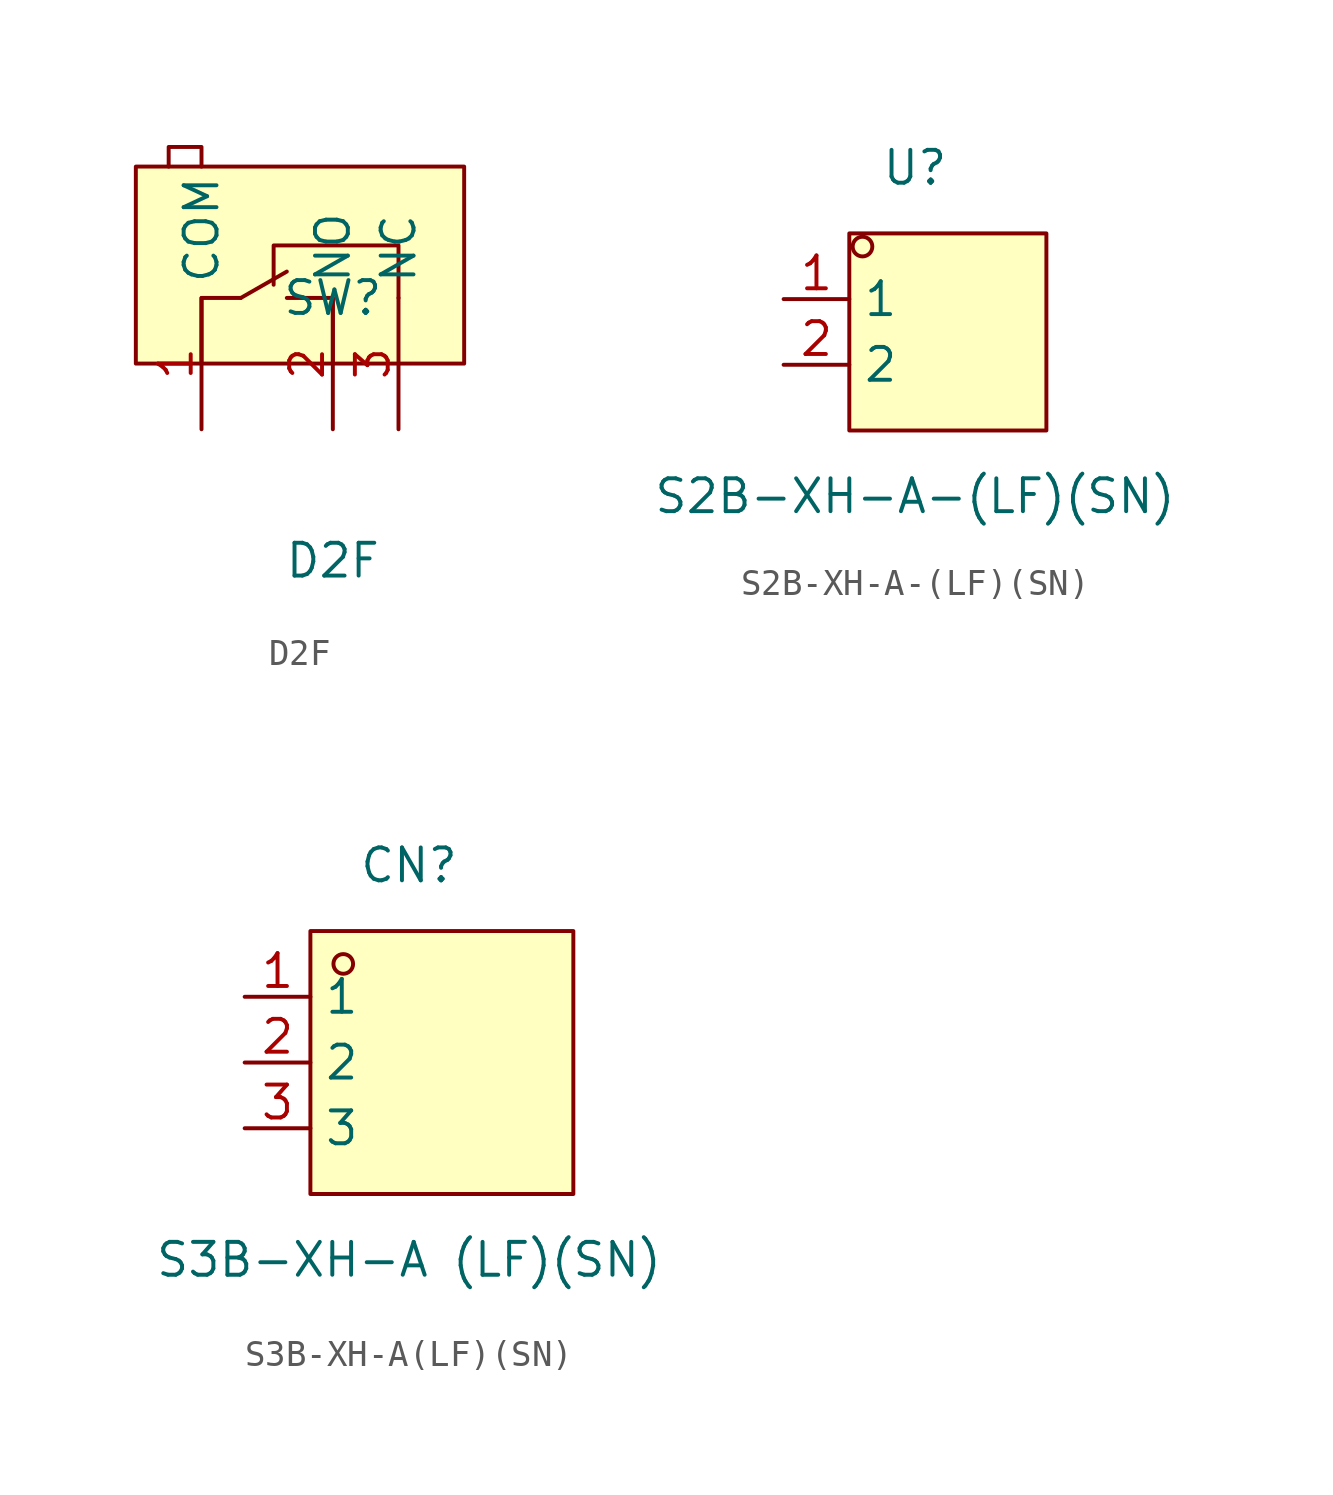
<source format=kicad_sym>
(kicad_symbol_lib
  (version 20211014)
  (generator https://github.com/uPesy/easyeda2kicad.py)
  (symbol "D2F"
    (property "Reference" "SW"
      (at 0 0.00 0)
      (effects (font (size 1.27 1.27))))
    (property "Value" "D2F"
      (at 0 -10.16 0)
      (effects (font (size 1.27 1.27))))
    (symbol "D2F_0_1"
      (rectangle (start -7.62 5.08) (end 5.08 -2.54) (stroke (width 0) (type default) (color 0 0 0 0)) (fill (type background)))
      (polyline (pts (xy 2.54 -0.00) (xy 2.54 2.03) (xy -2.29 2.03) (xy -2.29 0.51)) (stroke (width 0) (type default) (color 0 0 0 0)) (fill (type none)))
      (polyline (pts (xy -1.78 -0.00) (xy 0.00 -0.00) (xy 0.00 -2.54)) (stroke (width 0) (type default) (color 0 0 0 0)) (fill (type none)))
      (polyline (pts (xy -3.56 -0.00) (xy -1.78 1.02)) (stroke (width 0) (type default) (color 0 0 0 0)) (fill (type none)))
      (polyline (pts (xy -5.08 -2.54) (xy -5.08 -0.00) (xy -3.56 -0.00)) (stroke (width 0) (type default) (color 0 0 0 0)) (fill (type none)))
      (polyline (pts (xy -6.35 5.08) (xy -6.35 5.84) (xy -5.08 5.84) (xy -5.08 5.08)) (stroke (width 0) (type default) (color 0 0 0 0)) (fill (type none)))
      (pin unspecified line (at 2.54 -5.08 90) (length 5.08) (name "NC" (effects (font (size 1.27 1.27)))) (number "3" (effects (font (size 1.27 1.27)))))
      (pin unspecified line (at 0.00 -5.08 90) (length 5.08) (name "NO" (effects (font (size 1.27 1.27)))) (number "2" (effects (font (size 1.27 1.27)))))
      (pin unspecified line (at -5.08 -5.08 90) (length 5.08) (name "COM" (effects (font (size 1.27 1.27)))) (number "1" (effects (font (size 1.27 1.27)))))))
  (symbol "S2B-XH-A-(LF)(SN)"
    (property "Reference" "U"
      (at 0 6.35 0)
      (effects (font (size 1.27 1.27))))
    (property "Value" "S2B-XH-A-(LF)(SN)"
      (at 0 -6.35 0)
      (effects (font (size 1.27 1.27))))
    (symbol "S2B-XH-A-(LF)(SN)_0_1"
      (rectangle (start -2.54 3.81) (end 5.08 -3.81) (stroke (width 0) (type default) (color 0 0 0 0)) (fill (type background)))
      (circle (center -2.03 3.30) (radius 0.38) (stroke (width 0) (type default) (color 0 0 0 0)) (fill (type none)))
      (pin unspecified line (at -5.08 1.27 0) (length 2.54) (name "1" (effects (font (size 1.27 1.27)))) (number "1" (effects (font (size 1.27 1.27)))))
      (pin unspecified line (at -5.08 -1.27 0) (length 2.54) (name "2" (effects (font (size 1.27 1.27)))) (number "2" (effects (font (size 1.27 1.27)))))))
  (symbol "S3B-XH-A(LF)(SN)"
    (property "Reference" "CN"
      (at 0 7.62 0)
      (effects (font (size 1.27 1.27))))
    (property "Value" "S3B-XH-A (LF)(SN)"
      (at 0 -7.62 0)
      (effects (font (size 1.27 1.27))))
    (symbol "S3B-XH-A(LF)(SN)_0_1"
      (rectangle (start -3.81 5.08) (end 6.35 -5.08) (stroke (width 0) (type default) (color 0 0 0 0)) (fill (type background)))
      (circle (center -2.54 3.81) (radius 0.38) (stroke (width 0) (type default) (color 0 0 0 0)) (fill (type none)))
      (pin unspecified line (at -6.35 2.54 0) (length 2.54) (name "1" (effects (font (size 1.27 1.27)))) (number "1" (effects (font (size 1.27 1.27)))))
      (pin unspecified line (at -6.35 -0.00 0) (length 2.54) (name "2" (effects (font (size 1.27 1.27)))) (number "2" (effects (font (size 1.27 1.27)))))
      (pin unspecified line (at -6.35 -2.54 0) (length 2.54) (name "3" (effects (font (size 1.27 1.27)))) (number "3" (effects (font (size 1.27 1.27))))))))
</source>
